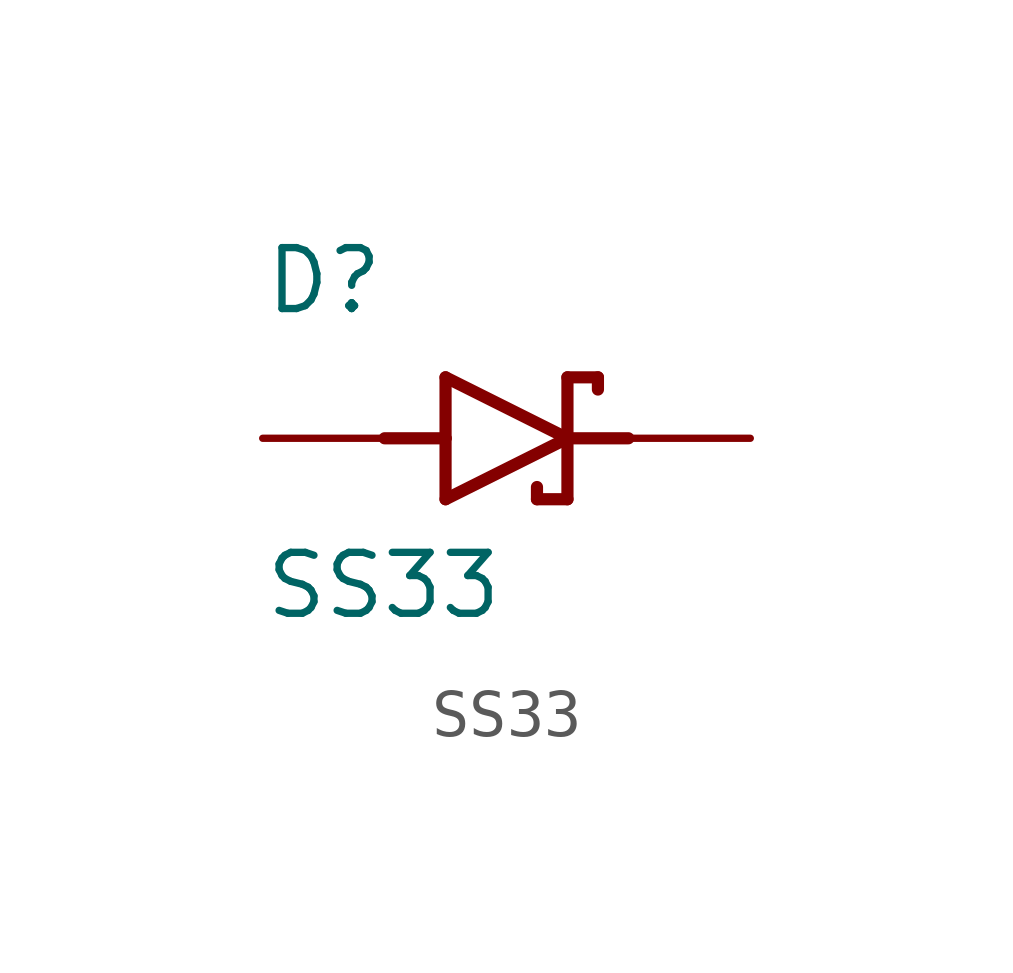
<source format=kicad_sym>
(kicad_symbol_lib
  (version 20211014)
  (generator kicad_symbol_editor)
  (symbol "SS33"
    (pin_numbers hide)
    (pin_names
      (offset 1.016) hide)
    (property "Reference" "D"
      (at -5.08 2.54 0)
      (effects (font (size 1.27 1.27)) (justify left bottom)))
    (property "Value" "SS33"
      (at -5.08 -3.81 0)
      (effects (font (size 1.27 1.27)) (justify left bottom)))
    (property "ki_locked" ""
      (at 0 0 0)
      (effects (font (size 1.27 1.27))))
    (symbol "SS33_0_0"
      (polyline (pts (xy -2.54 0) (xy -1.27 0)) (stroke (width 0.254) (type default) (color 0 0 0 0)) (fill (type none)))
      (polyline (pts (xy -1.27 -1.27) (xy 1.27 0)) (stroke (width 0.254) (type default) (color 0 0 0 0)) (fill (type none)))
      (polyline (pts (xy -1.27 0) (xy -1.27 -1.27)) (stroke (width 0.254) (type default) (color 0 0 0 0)) (fill (type none)))
      (polyline (pts (xy -1.27 1.27) (xy -1.27 0)) (stroke (width 0.254) (type default) (color 0 0 0 0)) (fill (type none)))
      (polyline (pts (xy 0.635 -1.016) (xy 0.635 -1.27)) (stroke (width 0.254) (type default) (color 0 0 0 0)) (fill (type none)))
      (polyline (pts (xy 1.27 -1.27) (xy 0.635 -1.27)) (stroke (width 0.254) (type default) (color 0 0 0 0)) (fill (type none)))
      (polyline (pts (xy 1.27 0) (xy -1.27 1.27)) (stroke (width 0.254) (type default) (color 0 0 0 0)) (fill (type none)))
      (polyline (pts (xy 1.27 0) (xy 1.27 -1.27)) (stroke (width 0.254) (type default) (color 0 0 0 0)) (fill (type none)))
      (polyline (pts (xy 1.27 1.27) (xy 1.27 0)) (stroke (width 0.254) (type default) (color 0 0 0 0)) (fill (type none)))
      (polyline (pts (xy 1.905 1.27) (xy 1.27 1.27)) (stroke (width 0.254) (type default) (color 0 0 0 0)) (fill (type none)))
      (polyline (pts (xy 1.905 1.27) (xy 1.905 1.016)) (stroke (width 0.254) (type default) (color 0 0 0 0)) (fill (type none)))
      (polyline (pts (xy 2.54 0) (xy 1.27 0)) (stroke (width 0.254) (type default) (color 0 0 0 0)) (fill (type none)))
      (pin passive line (at -5.08 0 0) (length 2.54) (name "~" (effects (font (size 1.016 1.016)))) (number "A" (effects (font (size 1.016 1.016)))))
      (pin passive line (at 5.08 0 180) (length 2.54) (name "~" (effects (font (size 1.016 1.016)))) (number "C" (effects (font (size 1.016 1.016))))))))
</source>
